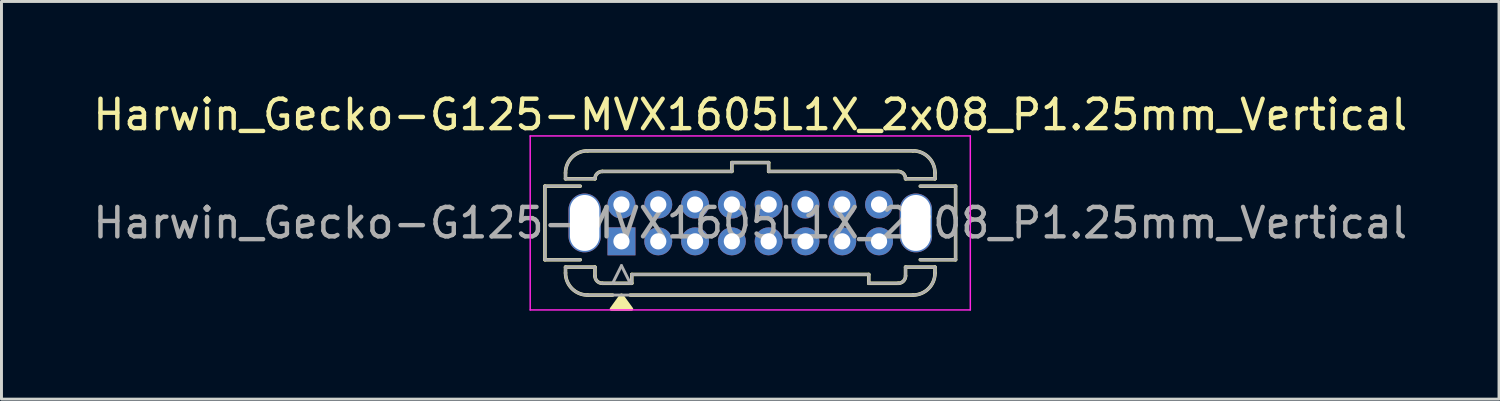
<source format=kicad_pcb>
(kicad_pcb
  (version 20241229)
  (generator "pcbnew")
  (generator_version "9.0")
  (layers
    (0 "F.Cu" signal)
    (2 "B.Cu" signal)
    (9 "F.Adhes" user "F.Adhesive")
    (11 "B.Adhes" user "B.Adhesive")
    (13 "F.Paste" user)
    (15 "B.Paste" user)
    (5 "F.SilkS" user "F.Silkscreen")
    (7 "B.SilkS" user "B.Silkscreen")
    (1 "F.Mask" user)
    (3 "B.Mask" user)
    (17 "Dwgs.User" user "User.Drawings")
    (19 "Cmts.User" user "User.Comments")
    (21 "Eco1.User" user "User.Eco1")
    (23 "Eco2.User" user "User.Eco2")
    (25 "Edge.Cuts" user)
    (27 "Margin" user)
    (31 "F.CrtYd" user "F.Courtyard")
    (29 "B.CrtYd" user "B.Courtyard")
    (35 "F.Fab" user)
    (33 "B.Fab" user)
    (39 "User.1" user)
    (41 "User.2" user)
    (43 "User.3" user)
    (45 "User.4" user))
  (footprint "Harwin_Gecko-G125-MVX1605L1X_2x08_P1.25mm_Vertical"
    (layer "F.Cu")
    (at 18.06 5.148)
    (property "Reference" "Harwin_Gecko-G125-MVX1605L1X_2x08_P1.25mm_Vertical" (at 4.375 -4.3 0) (layer "F.SilkS") (effects (font (size 1 1) (thickness 0.15))))
    (attr through_hole)
    (fp_line (start -2.6 -1.875) (end -2.6 0.625) (stroke (width 0.12) (type solid)) (layer "F.SilkS"))
    (fp_line (start -2.6 0.625) (end -1.4 0.625) (stroke (width 0.12) (type solid)) (layer "F.SilkS"))
    (fp_line (start -1.9 -2.325) (end -1.9 -2.125) (stroke (width 0.12) (type solid)) (layer "F.SilkS"))
    (fp_line (start -1.9 -2.125) (end -0.9 -2.125) (stroke (width 0.12) (type solid)) (layer "F.SilkS"))
    (fp_line (start -1.9 0.875) (end -0.9 0.875) (stroke (width 0.12) (type solid)) (layer "F.SilkS"))
    (fp_line (start -1.9 1.075) (end -1.9 0.875) (stroke (width 0.12) (type solid)) (layer "F.SilkS"))
    (fp_line (start -1.4 -1.875) (end -2.6 -1.875) (stroke (width 0.12) (type solid)) (layer "F.SilkS"))
    (fp_line (start -1.15 -3.075) (end 9.9 -3.075) (stroke (width 0.12) (type solid)) (layer "F.SilkS"))
    (fp_line (start -1.15 1.825) (end -0.3 1.825) (stroke (width 0.12) (type solid)) (layer "F.SilkS"))
    (fp_line (start -0.9 1.175) (end -0.9 0.875) (stroke (width 0.12) (type solid)) (layer "F.SilkS"))
    (fp_line (start -0.65 -2.375) (end 3.75 -2.375) (stroke (width 0.12) (type solid)) (layer "F.SilkS"))
    (fp_line (start -0.65 1.425) (end 0.35 1.425) (stroke (width 0.12) (type solid)) (layer "F.SilkS"))
    (fp_line (start 0.3 1.825) (end 9.9 1.825) (stroke (width 0.12) (type solid)) (layer "F.SilkS"))
    (fp_line (start 0.35 1.125) (end 8.4 1.125) (stroke (width 0.12) (type solid)) (layer "F.SilkS"))
    (fp_line (start 0.35 1.425) (end 0.35 1.125) (stroke (width 0.12) (type solid)) (layer "F.SilkS"))
    (fp_line (start 3.75 -2.675) (end 5 -2.675) (stroke (width 0.12) (type solid)) (layer "F.SilkS"))
    (fp_line (start 3.75 -2.375) (end 3.75 -2.675) (stroke (width 0.12) (type solid)) (layer "F.SilkS"))
    (fp_line (start 5 -2.675) (end 5 -2.375) (stroke (width 0.12) (type solid)) (layer "F.SilkS"))
    (fp_line (start 5 -2.375) (end 9.4 -2.375) (stroke (width 0.12) (type solid)) (layer "F.SilkS"))
    (fp_line (start 8.4 1.125) (end 8.4 1.425) (stroke (width 0.12) (type solid)) (layer "F.SilkS"))
    (fp_line (start 8.4 1.425) (end 9.4 1.425) (stroke (width 0.12) (type solid)) (layer "F.SilkS"))
    (fp_line (start 9.65 1.175) (end 9.65 0.875) (stroke (width 0.12) (type solid)) (layer "F.SilkS"))
    (fp_line (start 10.15 -1.875) (end 11.35 -1.875) (stroke (width 0.12) (type solid)) (layer "F.SilkS"))
    (fp_line (start 10.65 -2.325) (end 10.65 -2.125) (stroke (width 0.12) (type solid)) (layer "F.SilkS"))
    (fp_line (start 10.65 -2.125) (end 9.65 -2.125) (stroke (width 0.12) (type solid)) (layer "F.SilkS"))
    (fp_line (start 10.65 0.875) (end 9.65 0.875) (stroke (width 0.12) (type solid)) (layer "F.SilkS"))
    (fp_line (start 10.65 1.075) (end 10.65 0.875) (stroke (width 0.12) (type solid)) (layer "F.SilkS"))
    (fp_line (start 11.35 -1.875) (end 11.35 0.625) (stroke (width 0.12) (type solid)) (layer "F.SilkS"))
    (fp_line (start 11.35 0.625) (end 10.15 0.625) (stroke (width 0.12) (type solid)) (layer "F.SilkS"))
    (fp_arc (start -1.9 -2.325) (mid -1.68033 -2.85533) (end -1.15 -3.075) (stroke (width 0.12) (type solid)) (layer "F.SilkS"))
    (fp_arc (start -1.15 1.825) (mid -1.68033 1.60533) (end -1.9 1.075) (stroke (width 0.12) (type solid)) (layer "F.SilkS"))
    (fp_arc (start -0.9 -2.125) (mid -0.826777 -2.301777) (end -0.65 -2.375) (stroke (width 0.12) (type solid)) (layer "F.SilkS"))
    (fp_arc (start -0.65 1.425) (mid -0.826777 1.351777) (end -0.9 1.175) (stroke (width 0.12) (type solid)) (layer "F.SilkS"))
    (fp_arc (start 9.4 -2.375) (mid 9.576777 -2.301777) (end 9.65 -2.125) (stroke (width 0.12) (type solid)) (layer "F.SilkS"))
    (fp_arc (start 9.65 1.175) (mid 9.576777 1.351777) (end 9.4 1.425) (stroke (width 0.12) (type solid)) (layer "F.SilkS"))
    (fp_arc (start 9.9 -3.075) (mid 10.43033 -2.85533) (end 10.65 -2.325) (stroke (width 0.12) (type solid)) (layer "F.SilkS"))
    (fp_arc (start 10.65 1.075) (mid 10.43033 1.60533) (end 9.9 1.825) (stroke (width 0.12) (type solid)) (layer "F.SilkS"))
    (fp_poly (pts (xy 0 1.83) (xy -0.34 2.3) (xy 0.34 2.3) (xy 0 1.83)) (stroke (width 0.12) (type solid)) (fill yes) (layer "F.SilkS"))
    (fp_line (start -3.1 -3.58) (end -3.1 2.33) (stroke (width 0.05) (type solid)) (layer "F.CrtYd"))
    (fp_line (start -3.1 2.33) (end 11.85 2.33) (stroke (width 0.05) (type solid)) (layer "F.CrtYd"))
    (fp_line (start 11.85 -3.58) (end -3.1 -3.58) (stroke (width 0.05) (type solid)) (layer "F.CrtYd"))
    (fp_line (start 11.85 -3.58) (end 11.85 2.33) (stroke (width 0.05) (type solid)) (layer "F.CrtYd"))
    (fp_line (start -2.6 -1.875) (end -2.6 0.625) (stroke (width 0.1) (type solid)) (layer "F.Fab"))
    (fp_line (start -2.6 0.625) (end -1.4 0.625) (stroke (width 0.1) (type solid)) (layer "F.Fab"))
    (fp_line (start -1.9 -2.325) (end -1.9 -2.125) (stroke (width 0.1) (type solid)) (layer "F.Fab"))
    (fp_line (start -1.9 -2.125) (end -0.9 -2.125) (stroke (width 0.1) (type solid)) (layer "F.Fab"))
    (fp_line (start -1.9 0.875) (end -0.9 0.875) (stroke (width 0.1) (type solid)) (layer "F.Fab"))
    (fp_line (start -1.9 1.075) (end -1.9 0.875) (stroke (width 0.1) (type solid)) (layer "F.Fab"))
    (fp_line (start -1.4 -1.875) (end -2.6 -1.875) (stroke (width 0.1) (type solid)) (layer "F.Fab"))
    (fp_line (start -1.15 -3.075) (end 9.9 -3.075) (stroke (width 0.1) (type solid)) (layer "F.Fab"))
    (fp_line (start -1.15 1.825) (end 9.9 1.825) (stroke (width 0.1) (type solid)) (layer "F.Fab"))
    (fp_line (start -0.9 1.175) (end -0.9 0.875) (stroke (width 0.1) (type solid)) (layer "F.Fab"))
    (fp_line (start -0.65 -2.375) (end 3.75 -2.375) (stroke (width 0.1) (type solid)) (layer "F.Fab"))
    (fp_line (start -0.65 1.425) (end 0.35 1.425) (stroke (width 0.1) (type solid)) (layer "F.Fab"))
    (fp_line (start 0 0.825) (end -0.3 1.425) (stroke (width 0.1) (type solid)) (layer "F.Fab"))
    (fp_line (start 0.3 1.425) (end 0 0.825) (stroke (width 0.1) (type solid)) (layer "F.Fab"))
    (fp_line (start 0.35 1.125) (end 8.4 1.125) (stroke (width 0.1) (type solid)) (layer "F.Fab"))
    (fp_line (start 0.35 1.425) (end 0.35 1.125) (stroke (width 0.1) (type solid)) (layer "F.Fab"))
    (fp_line (start 3.75 -2.675) (end 5 -2.675) (stroke (width 0.1) (type solid)) (layer "F.Fab"))
    (fp_line (start 3.75 -2.375) (end 3.75 -2.675) (stroke (width 0.1) (type solid)) (layer "F.Fab"))
    (fp_line (start 5 -2.675) (end 5 -2.375) (stroke (width 0.1) (type solid)) (layer "F.Fab"))
    (fp_line (start 5 -2.375) (end 9.4 -2.375) (stroke (width 0.1) (type solid)) (layer "F.Fab"))
    (fp_line (start 8.4 1.125) (end 8.4 1.425) (stroke (width 0.1) (type solid)) (layer "F.Fab"))
    (fp_line (start 8.4 1.425) (end 9.4 1.425) (stroke (width 0.1) (type solid)) (layer "F.Fab"))
    (fp_line (start 9.65 1.175) (end 9.65 0.875) (stroke (width 0.1) (type solid)) (layer "F.Fab"))
    (fp_line (start 10.15 -1.875) (end 11.35 -1.875) (stroke (width 0.1) (type solid)) (layer "F.Fab"))
    (fp_line (start 10.65 -2.325) (end 10.65 -2.125) (stroke (width 0.1) (type solid)) (layer "F.Fab"))
    (fp_line (start 10.65 -2.125) (end 9.65 -2.125) (stroke (width 0.1) (type solid)) (layer "F.Fab"))
    (fp_line (start 10.65 0.875) (end 9.65 0.875) (stroke (width 0.1) (type solid)) (layer "F.Fab"))
    (fp_line (start 10.65 1.075) (end 10.65 0.875) (stroke (width 0.1) (type solid)) (layer "F.Fab"))
    (fp_line (start 11.35 -1.875) (end 11.35 0.625) (stroke (width 0.1) (type solid)) (layer "F.Fab"))
    (fp_line (start 11.35 0.625) (end 10.15 0.625) (stroke (width 0.1) (type solid)) (layer "F.Fab"))
    (fp_arc (start -1.9 -2.325) (mid -1.68033 -2.85533) (end -1.15 -3.075) (stroke (width 0.1) (type solid)) (layer "F.Fab"))
    (fp_arc (start -1.15 1.825) (mid -1.68033 1.60533) (end -1.9 1.075) (stroke (width 0.1) (type solid)) (layer "F.Fab"))
    (fp_arc (start -0.9 -2.125) (mid -0.826777 -2.301777) (end -0.65 -2.375) (stroke (width 0.1) (type solid)) (layer "F.Fab"))
    (fp_arc (start -0.65 1.425) (mid -0.826777 1.351777) (end -0.9 1.175) (stroke (width 0.1) (type solid)) (layer "F.Fab"))
    (fp_arc (start 9.4 -2.375) (mid 9.576777 -2.301777) (end 9.65 -2.125) (stroke (width 0.1) (type solid)) (layer "F.Fab"))
    (fp_arc (start 9.65 1.175) (mid 9.576777 1.351777) (end 9.4 1.425) (stroke (width 0.1) (type solid)) (layer "F.Fab"))
    (fp_arc (start 9.9 -3.075) (mid 10.43033 -2.85533) (end 10.65 -2.325) (stroke (width 0.1) (type solid)) (layer "F.Fab"))
    (fp_arc (start 10.65 1.075) (mid 10.43033 1.60533) (end 9.9 1.825) (stroke (width 0.1) (type solid)) (layer "F.Fab"))
    (fp_text user "${REFERENCE}" (at 4.375 -0.625 0) (layer "F.Fab") (effects (font (size 1 1) (thickness 0.15))))
    (pad "" np_thru_hole oval (at -1.25 -0.625) (size 1.1 2) (drill oval 1 1.9) (layers "*.Cu" "*.Mask"))
    (pad "" np_thru_hole oval (at 10 -0.625) (size 1.1 2) (drill oval 1 1.9) (layers "*.Cu" "*.Mask"))
    (pad "1" thru_hole rect (at 0 0) (size 0.95 0.95) (drill 0.55) (layers "*.Cu" "*.Mask"))
    (pad "2" thru_hole circle (at 1.25 0) (size 0.95 0.95) (drill 0.55) (layers "*.Cu" "*.Mask"))
    (pad "3" thru_hole circle (at 2.5 0) (size 0.95 0.95) (drill 0.55) (layers "*.Cu" "*.Mask"))
    (pad "4" thru_hole circle (at 3.75 0) (size 0.95 0.95) (drill 0.55) (layers "*.Cu" "*.Mask"))
    (pad "5" thru_hole circle (at 5 0) (size 0.95 0.95) (drill 0.55) (layers "*.Cu" "*.Mask"))
    (pad "6" thru_hole circle (at 6.25 0) (size 0.95 0.95) (drill 0.55) (layers "*.Cu" "*.Mask"))
    (pad "7" thru_hole circle (at 7.5 0) (size 0.95 0.95) (drill 0.55) (layers "*.Cu" "*.Mask"))
    (pad "8" thru_hole circle (at 8.75 0) (size 0.95 0.95) (drill 0.55) (layers "*.Cu" "*.Mask"))
    (pad "9" thru_hole circle (at 0 -1.25) (size 0.95 0.95) (drill 0.55) (layers "*.Cu" "*.Mask"))
    (pad "10" thru_hole circle (at 1.25 -1.25) (size 0.95 0.95) (drill 0.55) (layers "*.Cu" "*.Mask"))
    (pad "11" thru_hole circle (at 2.5 -1.25) (size 0.95 0.95) (drill 0.55) (layers "*.Cu" "*.Mask"))
    (pad "12" thru_hole circle (at 3.75 -1.25) (size 0.95 0.95) (drill 0.55) (layers "*.Cu" "*.Mask"))
    (pad "13" thru_hole circle (at 5 -1.25) (size 0.95 0.95) (drill 0.55) (layers "*.Cu" "*.Mask"))
    (pad "14" thru_hole circle (at 6.25 -1.25) (size 0.95 0.95) (drill 0.55) (layers "*.Cu" "*.Mask"))
    (pad "15" thru_hole circle (at 7.5 -1.25) (size 0.95 0.95) (drill 0.55) (layers "*.Cu" "*.Mask"))
    (pad "16" thru_hole circle (at 8.75 -1.25) (size 0.95 0.95) (drill 0.55) (layers "*.Cu" "*.Mask")))
  (gr_rect
    (start -3 -3)
    (end 47.869 10.508)
    (stroke (width 0.1) (type default))
    (fill no)
    (layer "Edge.Cuts")))
</source>
